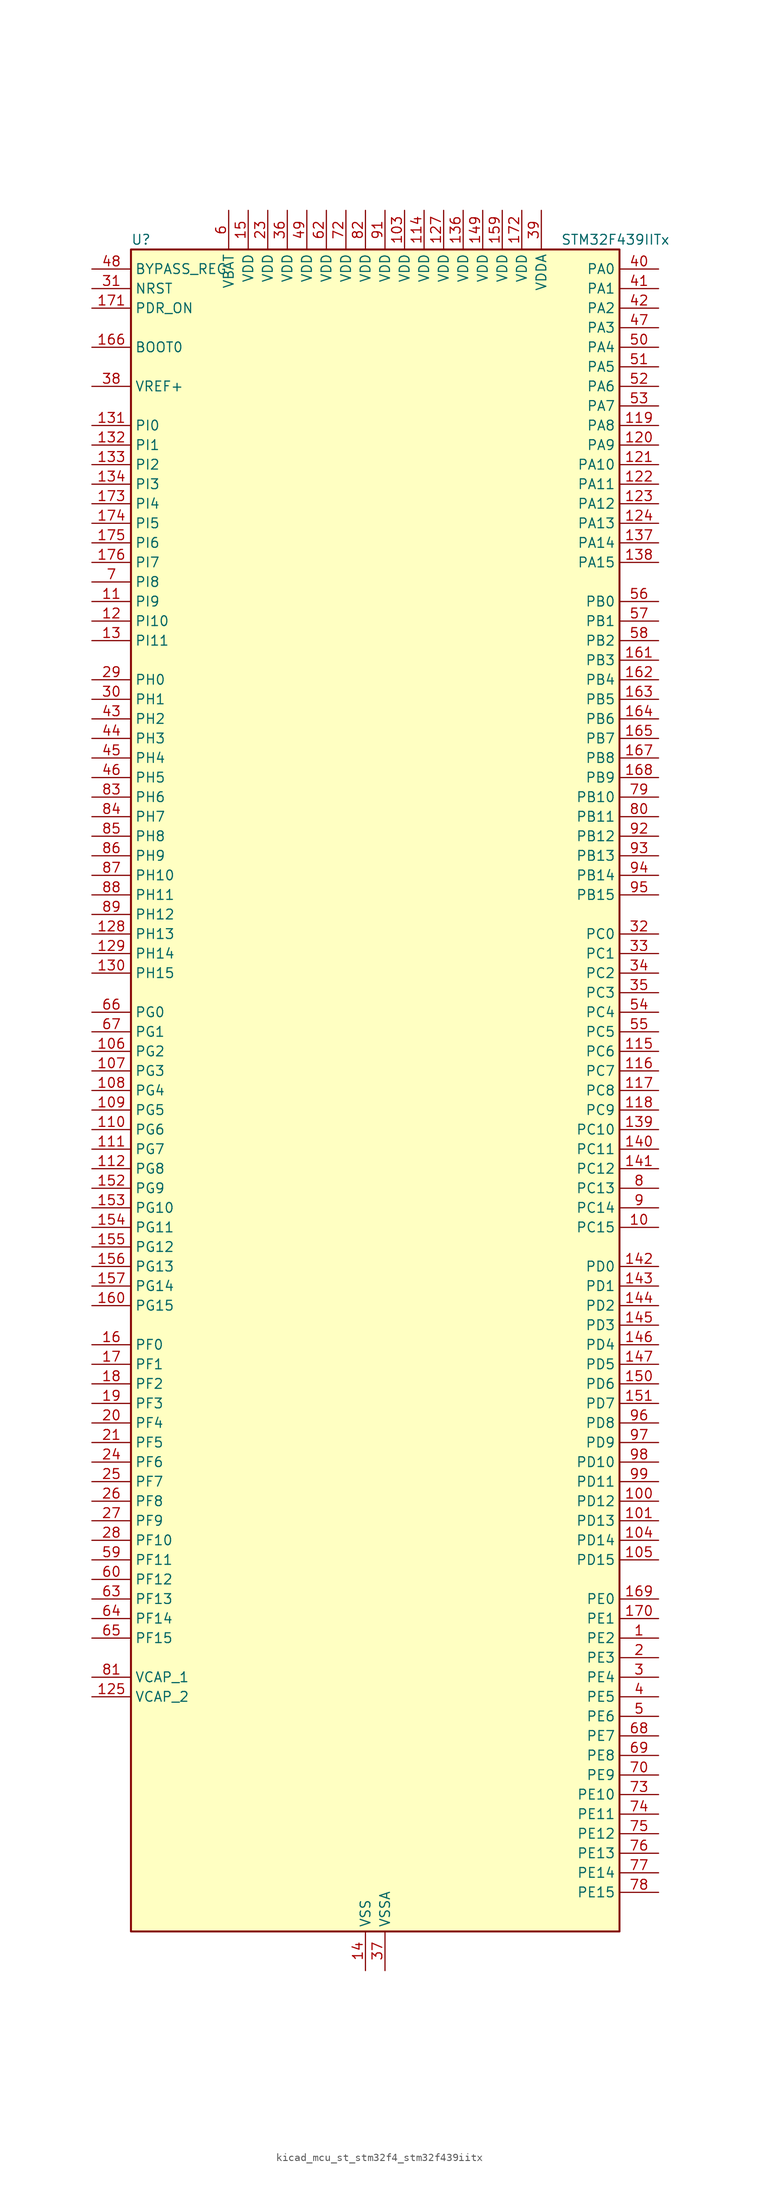
<source format=kicad_sym>
(kicad_symbol_lib
  (version 20220914)
  (generator kicad_symbol_editor)
  (symbol "kicad_mcu_st_stm32f4_stm32f439iitx"
    (property "Reference" "U"
      (at -30.48 110.49 0)
      (effects (font (size 1.27 1.27)) (justify left)))
    (property "Value" "STM32F439IITx"
      (at 25.4 110.49 0)
      (effects (font (size 1.27 1.27)) (justify left)))
    (property "ki_locked" ""
      (at 0 0 0)
      (effects (font (size 1.27 1.27))))
    (symbol "kicad_mcu_st_stm32f4_stm32f439iitx_0_1"
      (rectangle (start -30.48 -109.22) (end 33.02 109.22) (stroke (width 0.254) (type default)) (fill (type background))))
    (symbol "kicad_mcu_st_stm32f4_stm32f439iitx_1_1"
      (pin bidirectional line (at 38.1 -71.12 180) (length 5.08) (name "PE2" (effects (font (size 1.27 1.27)))) (number "1" (effects (font (size 1.27 1.27)))) (alternate "ETH_TXD3" bidirectional line) (alternate "FMC_A23" bidirectional line) (alternate "SAI1_MCLK_A" bidirectional line) (alternate "SPI4_SCK" bidirectional line) (alternate "SYS_TRACECLK" bidirectional line))
      (pin bidirectional line (at 38.1 -17.78 180) (length 5.08) (name "PC15" (effects (font (size 1.27 1.27)))) (number "10" (effects (font (size 1.27 1.27)))) (alternate "ADC1_EXTI15" bidirectional line) (alternate "ADC2_EXTI15" bidirectional line) (alternate "ADC3_EXTI15" bidirectional line) (alternate "RCC_OSC32_OUT" bidirectional line))
      (pin bidirectional line (at 38.1 -53.34 180) (length 5.08) (name "PD12" (effects (font (size 1.27 1.27)))) (number "100" (effects (font (size 1.27 1.27)))) (alternate "FMC_A17" bidirectional line) (alternate "FMC_ALE" bidirectional line) (alternate "TIM4_CH1" bidirectional line) (alternate "USART3_RTS" bidirectional line))
      (pin bidirectional line (at 38.1 -55.88 180) (length 5.08) (name "PD13" (effects (font (size 1.27 1.27)))) (number "101" (effects (font (size 1.27 1.27)))) (alternate "FMC_A18" bidirectional line) (alternate "TIM4_CH2" bidirectional line))
      (pin passive line (at 0 -114.3 90) (length 5.08) hide (name "VSS" (effects (font (size 1.27 1.27)))) (number "102" (effects (font (size 1.27 1.27)))))
      (pin power_in line (at 5.08 114.3 270) (length 5.08) (name "VDD" (effects (font (size 1.27 1.27)))) (number "103" (effects (font (size 1.27 1.27)))))
      (pin bidirectional line (at 38.1 -58.42 180) (length 5.08) (name "PD14" (effects (font (size 1.27 1.27)))) (number "104" (effects (font (size 1.27 1.27)))) (alternate "FMC_D0" bidirectional line) (alternate "FMC_DA0" bidirectional line) (alternate "TIM4_CH3" bidirectional line))
      (pin bidirectional line (at 38.1 -60.96 180) (length 5.08) (name "PD15" (effects (font (size 1.27 1.27)))) (number "105" (effects (font (size 1.27 1.27)))) (alternate "ADC1_EXTI15" bidirectional line) (alternate "ADC2_EXTI15" bidirectional line) (alternate "ADC3_EXTI15" bidirectional line) (alternate "FMC_D1" bidirectional line) (alternate "FMC_DA1" bidirectional line) (alternate "TIM4_CH4" bidirectional line))
      (pin bidirectional line (at -35.56 5.08 0) (length 5.08) (name "PG2" (effects (font (size 1.27 1.27)))) (number "106" (effects (font (size 1.27 1.27)))) (alternate "FMC_A12" bidirectional line))
      (pin bidirectional line (at -35.56 2.54 0) (length 5.08) (name "PG3" (effects (font (size 1.27 1.27)))) (number "107" (effects (font (size 1.27 1.27)))) (alternate "FMC_A13" bidirectional line))
      (pin bidirectional line (at -35.56 0 0) (length 5.08) (name "PG4" (effects (font (size 1.27 1.27)))) (number "108" (effects (font (size 1.27 1.27)))) (alternate "FMC_A14" bidirectional line) (alternate "FMC_BA0" bidirectional line))
      (pin bidirectional line (at -35.56 -2.54 0) (length 5.08) (name "PG5" (effects (font (size 1.27 1.27)))) (number "109" (effects (font (size 1.27 1.27)))) (alternate "FMC_A15" bidirectional line) (alternate "FMC_BA1" bidirectional line))
      (pin bidirectional line (at -35.56 63.5 0) (length 5.08) (name "PI9" (effects (font (size 1.27 1.27)))) (number "11" (effects (font (size 1.27 1.27)))) (alternate "CAN1_RX" bidirectional line) (alternate "DAC_EXTI9" bidirectional line) (alternate "FMC_D30" bidirectional line) (alternate "LTDC_VSYNC" bidirectional line))
      (pin bidirectional line (at -35.56 -5.08 0) (length 5.08) (name "PG6" (effects (font (size 1.27 1.27)))) (number "110" (effects (font (size 1.27 1.27)))) (alternate "DCMI_D12" bidirectional line) (alternate "FMC_INT2" bidirectional line) (alternate "LTDC_R7" bidirectional line))
      (pin bidirectional line (at -35.56 -7.62 0) (length 5.08) (name "PG7" (effects (font (size 1.27 1.27)))) (number "111" (effects (font (size 1.27 1.27)))) (alternate "DCMI_D13" bidirectional line) (alternate "FMC_INT3" bidirectional line) (alternate "LTDC_CLK" bidirectional line) (alternate "USART6_CK" bidirectional line))
      (pin bidirectional line (at -35.56 -10.16 0) (length 5.08) (name "PG8" (effects (font (size 1.27 1.27)))) (number "112" (effects (font (size 1.27 1.27)))) (alternate "ETH_PPS_OUT" bidirectional line) (alternate "FMC_SDCLK" bidirectional line) (alternate "SPI6_NSS" bidirectional line) (alternate "USART6_RTS" bidirectional line))
      (pin passive line (at 0 -114.3 90) (length 5.08) hide (name "VSS" (effects (font (size 1.27 1.27)))) (number "113" (effects (font (size 1.27 1.27)))))
      (pin power_in line (at 7.62 114.3 270) (length 5.08) (name "VDD" (effects (font (size 1.27 1.27)))) (number "114" (effects (font (size 1.27 1.27)))))
      (pin bidirectional line (at 38.1 5.08 180) (length 5.08) (name "PC6" (effects (font (size 1.27 1.27)))) (number "115" (effects (font (size 1.27 1.27)))) (alternate "DCMI_D0" bidirectional line) (alternate "I2S2_MCK" bidirectional line) (alternate "LTDC_HSYNC" bidirectional line) (alternate "SDIO_D6" bidirectional line) (alternate "TIM3_CH1" bidirectional line) (alternate "TIM8_CH1" bidirectional line) (alternate "USART6_TX" bidirectional line))
      (pin bidirectional line (at 38.1 2.54 180) (length 5.08) (name "PC7" (effects (font (size 1.27 1.27)))) (number "116" (effects (font (size 1.27 1.27)))) (alternate "DCMI_D1" bidirectional line) (alternate "I2S3_MCK" bidirectional line) (alternate "LTDC_G6" bidirectional line) (alternate "SDIO_D7" bidirectional line) (alternate "TIM3_CH2" bidirectional line) (alternate "TIM8_CH2" bidirectional line) (alternate "USART6_RX" bidirectional line))
      (pin bidirectional line (at 38.1 0 180) (length 5.08) (name "PC8" (effects (font (size 1.27 1.27)))) (number "117" (effects (font (size 1.27 1.27)))) (alternate "DCMI_D2" bidirectional line) (alternate "SDIO_D0" bidirectional line) (alternate "TIM3_CH3" bidirectional line) (alternate "TIM8_CH3" bidirectional line) (alternate "USART6_CK" bidirectional line))
      (pin bidirectional line (at 38.1 -2.54 180) (length 5.08) (name "PC9" (effects (font (size 1.27 1.27)))) (number "118" (effects (font (size 1.27 1.27)))) (alternate "DAC_EXTI9" bidirectional line) (alternate "DCMI_D3" bidirectional line) (alternate "I2C3_SDA" bidirectional line) (alternate "I2S_CKIN" bidirectional line) (alternate "RCC_MCO_2" bidirectional line) (alternate "SDIO_D1" bidirectional line) (alternate "TIM3_CH4" bidirectional line) (alternate "TIM8_CH4" bidirectional line))
      (pin bidirectional line (at 38.1 86.36 180) (length 5.08) (name "PA8" (effects (font (size 1.27 1.27)))) (number "119" (effects (font (size 1.27 1.27)))) (alternate "I2C3_SCL" bidirectional line) (alternate "LTDC_R6" bidirectional line) (alternate "RCC_MCO_1" bidirectional line) (alternate "TIM1_CH1" bidirectional line) (alternate "USART1_CK" bidirectional line) (alternate "USB_OTG_FS_SOF" bidirectional line))
      (pin bidirectional line (at -35.56 60.96 0) (length 5.08) (name "PI10" (effects (font (size 1.27 1.27)))) (number "12" (effects (font (size 1.27 1.27)))) (alternate "ETH_RX_ER" bidirectional line) (alternate "FMC_D31" bidirectional line) (alternate "LTDC_HSYNC" bidirectional line))
      (pin bidirectional line (at 38.1 83.82 180) (length 5.08) (name "PA9" (effects (font (size 1.27 1.27)))) (number "120" (effects (font (size 1.27 1.27)))) (alternate "DAC_EXTI9" bidirectional line) (alternate "DCMI_D0" bidirectional line) (alternate "I2C3_SMBA" bidirectional line) (alternate "TIM1_CH2" bidirectional line) (alternate "USART1_TX" bidirectional line) (alternate "USB_OTG_FS_VBUS" bidirectional line))
      (pin bidirectional line (at 38.1 81.28 180) (length 5.08) (name "PA10" (effects (font (size 1.27 1.27)))) (number "121" (effects (font (size 1.27 1.27)))) (alternate "DCMI_D1" bidirectional line) (alternate "TIM1_CH3" bidirectional line) (alternate "USART1_RX" bidirectional line) (alternate "USB_OTG_FS_ID" bidirectional line))
      (pin bidirectional line (at 38.1 78.74 180) (length 5.08) (name "PA11" (effects (font (size 1.27 1.27)))) (number "122" (effects (font (size 1.27 1.27)))) (alternate "ADC1_EXTI11" bidirectional line) (alternate "ADC2_EXTI11" bidirectional line) (alternate "ADC3_EXTI11" bidirectional line) (alternate "CAN1_RX" bidirectional line) (alternate "LTDC_R4" bidirectional line) (alternate "TIM1_CH4" bidirectional line) (alternate "USART1_CTS" bidirectional line) (alternate "USB_OTG_FS_DM" bidirectional line))
      (pin bidirectional line (at 38.1 76.2 180) (length 5.08) (name "PA12" (effects (font (size 1.27 1.27)))) (number "123" (effects (font (size 1.27 1.27)))) (alternate "CAN1_TX" bidirectional line) (alternate "LTDC_R5" bidirectional line) (alternate "TIM1_ETR" bidirectional line) (alternate "USART1_RTS" bidirectional line) (alternate "USB_OTG_FS_DP" bidirectional line))
      (pin bidirectional line (at 38.1 73.66 180) (length 5.08) (name "PA13" (effects (font (size 1.27 1.27)))) (number "124" (effects (font (size 1.27 1.27)))) (alternate "SYS_JTMS-SWDIO" bidirectional line))
      (pin power_out line (at -35.56 -78.74 0) (length 5.08) (name "VCAP_2" (effects (font (size 1.27 1.27)))) (number "125" (effects (font (size 1.27 1.27)))))
      (pin passive line (at 0 -114.3 90) (length 5.08) hide (name "VSS" (effects (font (size 1.27 1.27)))) (number "126" (effects (font (size 1.27 1.27)))))
      (pin power_in line (at 10.16 114.3 270) (length 5.08) (name "VDD" (effects (font (size 1.27 1.27)))) (number "127" (effects (font (size 1.27 1.27)))))
      (pin bidirectional line (at -35.56 20.32 0) (length 5.08) (name "PH13" (effects (font (size 1.27 1.27)))) (number "128" (effects (font (size 1.27 1.27)))) (alternate "CAN1_TX" bidirectional line) (alternate "FMC_D21" bidirectional line) (alternate "LTDC_G2" bidirectional line) (alternate "TIM8_CH1N" bidirectional line))
      (pin bidirectional line (at -35.56 17.78 0) (length 5.08) (name "PH14" (effects (font (size 1.27 1.27)))) (number "129" (effects (font (size 1.27 1.27)))) (alternate "DCMI_D4" bidirectional line) (alternate "FMC_D22" bidirectional line) (alternate "LTDC_G3" bidirectional line) (alternate "TIM8_CH2N" bidirectional line))
      (pin bidirectional line (at -35.56 58.42 0) (length 5.08) (name "PI11" (effects (font (size 1.27 1.27)))) (number "13" (effects (font (size 1.27 1.27)))) (alternate "ADC1_EXTI11" bidirectional line) (alternate "ADC2_EXTI11" bidirectional line) (alternate "ADC3_EXTI11" bidirectional line) (alternate "USB_OTG_HS_ULPI_DIR" bidirectional line))
      (pin bidirectional line (at -35.56 15.24 0) (length 5.08) (name "PH15" (effects (font (size 1.27 1.27)))) (number "130" (effects (font (size 1.27 1.27)))) (alternate "ADC1_EXTI15" bidirectional line) (alternate "ADC2_EXTI15" bidirectional line) (alternate "ADC3_EXTI15" bidirectional line) (alternate "DCMI_D11" bidirectional line) (alternate "FMC_D23" bidirectional line) (alternate "LTDC_G4" bidirectional line) (alternate "TIM8_CH3N" bidirectional line))
      (pin bidirectional line (at -35.56 86.36 0) (length 5.08) (name "PI0" (effects (font (size 1.27 1.27)))) (number "131" (effects (font (size 1.27 1.27)))) (alternate "DCMI_D13" bidirectional line) (alternate "FMC_D24" bidirectional line) (alternate "I2S2_WS" bidirectional line) (alternate "LTDC_G5" bidirectional line) (alternate "SPI2_NSS" bidirectional line) (alternate "TIM5_CH4" bidirectional line))
      (pin bidirectional line (at -35.56 83.82 0) (length 5.08) (name "PI1" (effects (font (size 1.27 1.27)))) (number "132" (effects (font (size 1.27 1.27)))) (alternate "DCMI_D8" bidirectional line) (alternate "FMC_D25" bidirectional line) (alternate "I2S2_CK" bidirectional line) (alternate "LTDC_G6" bidirectional line) (alternate "SPI2_SCK" bidirectional line))
      (pin bidirectional line (at -35.56 81.28 0) (length 5.08) (name "PI2" (effects (font (size 1.27 1.27)))) (number "133" (effects (font (size 1.27 1.27)))) (alternate "DCMI_D9" bidirectional line) (alternate "FMC_D26" bidirectional line) (alternate "I2S2_ext_SD" bidirectional line) (alternate "LTDC_G7" bidirectional line) (alternate "SPI2_MISO" bidirectional line) (alternate "TIM8_CH4" bidirectional line))
      (pin bidirectional line (at -35.56 78.74 0) (length 5.08) (name "PI3" (effects (font (size 1.27 1.27)))) (number "134" (effects (font (size 1.27 1.27)))) (alternate "DCMI_D10" bidirectional line) (alternate "FMC_D27" bidirectional line) (alternate "I2S2_SD" bidirectional line) (alternate "SPI2_MOSI" bidirectional line) (alternate "TIM8_ETR" bidirectional line))
      (pin passive line (at 0 -114.3 90) (length 5.08) hide (name "VSS" (effects (font (size 1.27 1.27)))) (number "135" (effects (font (size 1.27 1.27)))))
      (pin power_in line (at 12.7 114.3 270) (length 5.08) (name "VDD" (effects (font (size 1.27 1.27)))) (number "136" (effects (font (size 1.27 1.27)))))
      (pin bidirectional line (at 38.1 71.12 180) (length 5.08) (name "PA14" (effects (font (size 1.27 1.27)))) (number "137" (effects (font (size 1.27 1.27)))) (alternate "SYS_JTCK-SWCLK" bidirectional line))
      (pin bidirectional line (at 38.1 68.58 180) (length 5.08) (name "PA15" (effects (font (size 1.27 1.27)))) (number "138" (effects (font (size 1.27 1.27)))) (alternate "ADC1_EXTI15" bidirectional line) (alternate "ADC2_EXTI15" bidirectional line) (alternate "ADC3_EXTI15" bidirectional line) (alternate "I2S3_WS" bidirectional line) (alternate "SPI1_NSS" bidirectional line) (alternate "SPI3_NSS" bidirectional line) (alternate "SYS_JTDI" bidirectional line) (alternate "TIM2_CH1" bidirectional line) (alternate "TIM2_ETR" bidirectional line))
      (pin bidirectional line (at 38.1 -5.08 180) (length 5.08) (name "PC10" (effects (font (size 1.27 1.27)))) (number "139" (effects (font (size 1.27 1.27)))) (alternate "DCMI_D8" bidirectional line) (alternate "I2S3_CK" bidirectional line) (alternate "LTDC_R2" bidirectional line) (alternate "SDIO_D2" bidirectional line) (alternate "SPI3_SCK" bidirectional line) (alternate "UART4_TX" bidirectional line) (alternate "USART3_TX" bidirectional line))
      (pin power_in line (at 0 -114.3 90) (length 5.08) (name "VSS" (effects (font (size 1.27 1.27)))) (number "14" (effects (font (size 1.27 1.27)))))
      (pin bidirectional line (at 38.1 -7.62 180) (length 5.08) (name "PC11" (effects (font (size 1.27 1.27)))) (number "140" (effects (font (size 1.27 1.27)))) (alternate "ADC1_EXTI11" bidirectional line) (alternate "ADC2_EXTI11" bidirectional line) (alternate "ADC3_EXTI11" bidirectional line) (alternate "DCMI_D4" bidirectional line) (alternate "I2S3_ext_SD" bidirectional line) (alternate "SDIO_D3" bidirectional line) (alternate "SPI3_MISO" bidirectional line) (alternate "UART4_RX" bidirectional line) (alternate "USART3_RX" bidirectional line))
      (pin bidirectional line (at 38.1 -10.16 180) (length 5.08) (name "PC12" (effects (font (size 1.27 1.27)))) (number "141" (effects (font (size 1.27 1.27)))) (alternate "DCMI_D9" bidirectional line) (alternate "I2S3_SD" bidirectional line) (alternate "SDIO_CK" bidirectional line) (alternate "SPI3_MOSI" bidirectional line) (alternate "UART5_TX" bidirectional line) (alternate "USART3_CK" bidirectional line))
      (pin bidirectional line (at 38.1 -22.86 180) (length 5.08) (name "PD0" (effects (font (size 1.27 1.27)))) (number "142" (effects (font (size 1.27 1.27)))) (alternate "CAN1_RX" bidirectional line) (alternate "FMC_D2" bidirectional line) (alternate "FMC_DA2" bidirectional line))
      (pin bidirectional line (at 38.1 -25.4 180) (length 5.08) (name "PD1" (effects (font (size 1.27 1.27)))) (number "143" (effects (font (size 1.27 1.27)))) (alternate "CAN1_TX" bidirectional line) (alternate "FMC_D3" bidirectional line) (alternate "FMC_DA3" bidirectional line))
      (pin bidirectional line (at 38.1 -27.94 180) (length 5.08) (name "PD2" (effects (font (size 1.27 1.27)))) (number "144" (effects (font (size 1.27 1.27)))) (alternate "DCMI_D11" bidirectional line) (alternate "SDIO_CMD" bidirectional line) (alternate "TIM3_ETR" bidirectional line) (alternate "UART5_RX" bidirectional line))
      (pin bidirectional line (at 38.1 -30.48 180) (length 5.08) (name "PD3" (effects (font (size 1.27 1.27)))) (number "145" (effects (font (size 1.27 1.27)))) (alternate "DCMI_D5" bidirectional line) (alternate "FMC_CLK" bidirectional line) (alternate "I2S2_CK" bidirectional line) (alternate "LTDC_G7" bidirectional line) (alternate "SPI2_SCK" bidirectional line) (alternate "USART2_CTS" bidirectional line))
      (pin bidirectional line (at 38.1 -33.02 180) (length 5.08) (name "PD4" (effects (font (size 1.27 1.27)))) (number "146" (effects (font (size 1.27 1.27)))) (alternate "FMC_NOE" bidirectional line) (alternate "USART2_RTS" bidirectional line))
      (pin bidirectional line (at 38.1 -35.56 180) (length 5.08) (name "PD5" (effects (font (size 1.27 1.27)))) (number "147" (effects (font (size 1.27 1.27)))) (alternate "FMC_NWE" bidirectional line) (alternate "USART2_TX" bidirectional line))
      (pin passive line (at 0 -114.3 90) (length 5.08) hide (name "VSS" (effects (font (size 1.27 1.27)))) (number "148" (effects (font (size 1.27 1.27)))))
      (pin power_in line (at 15.24 114.3 270) (length 5.08) (name "VDD" (effects (font (size 1.27 1.27)))) (number "149" (effects (font (size 1.27 1.27)))))
      (pin power_in line (at -15.24 114.3 270) (length 5.08) (name "VDD" (effects (font (size 1.27 1.27)))) (number "15" (effects (font (size 1.27 1.27)))))
      (pin bidirectional line (at 38.1 -38.1 180) (length 5.08) (name "PD6" (effects (font (size 1.27 1.27)))) (number "150" (effects (font (size 1.27 1.27)))) (alternate "DCMI_D10" bidirectional line) (alternate "FMC_NWAIT" bidirectional line) (alternate "I2S3_SD" bidirectional line) (alternate "LTDC_B2" bidirectional line) (alternate "SAI1_SD_A" bidirectional line) (alternate "SPI3_MOSI" bidirectional line) (alternate "USART2_RX" bidirectional line))
      (pin bidirectional line (at 38.1 -40.64 180) (length 5.08) (name "PD7" (effects (font (size 1.27 1.27)))) (number "151" (effects (font (size 1.27 1.27)))) (alternate "FMC_NCE2" bidirectional line) (alternate "FMC_NE1" bidirectional line) (alternate "USART2_CK" bidirectional line))
      (pin bidirectional line (at -35.56 -12.7 0) (length 5.08) (name "PG9" (effects (font (size 1.27 1.27)))) (number "152" (effects (font (size 1.27 1.27)))) (alternate "DAC_EXTI9" bidirectional line) (alternate "DCMI_VSYNC" bidirectional line) (alternate "FMC_NCE3" bidirectional line) (alternate "FMC_NE2" bidirectional line) (alternate "USART6_RX" bidirectional line))
      (pin bidirectional line (at -35.56 -15.24 0) (length 5.08) (name "PG10" (effects (font (size 1.27 1.27)))) (number "153" (effects (font (size 1.27 1.27)))) (alternate "DCMI_D2" bidirectional line) (alternate "FMC_NCE4_1" bidirectional line) (alternate "FMC_NE3" bidirectional line) (alternate "LTDC_B2" bidirectional line) (alternate "LTDC_G3" bidirectional line))
      (pin bidirectional line (at -35.56 -17.78 0) (length 5.08) (name "PG11" (effects (font (size 1.27 1.27)))) (number "154" (effects (font (size 1.27 1.27)))) (alternate "ADC1_EXTI11" bidirectional line) (alternate "ADC2_EXTI11" bidirectional line) (alternate "ADC3_EXTI11" bidirectional line) (alternate "DCMI_D3" bidirectional line) (alternate "ETH_TX_EN" bidirectional line) (alternate "FMC_NCE4_2" bidirectional line) (alternate "LTDC_B3" bidirectional line))
      (pin bidirectional line (at -35.56 -20.32 0) (length 5.08) (name "PG12" (effects (font (size 1.27 1.27)))) (number "155" (effects (font (size 1.27 1.27)))) (alternate "FMC_NE4" bidirectional line) (alternate "LTDC_B1" bidirectional line) (alternate "LTDC_B4" bidirectional line) (alternate "SPI6_MISO" bidirectional line) (alternate "USART6_RTS" bidirectional line))
      (pin bidirectional line (at -35.56 -22.86 0) (length 5.08) (name "PG13" (effects (font (size 1.27 1.27)))) (number "156" (effects (font (size 1.27 1.27)))) (alternate "ETH_TXD0" bidirectional line) (alternate "FMC_A24" bidirectional line) (alternate "SPI6_SCK" bidirectional line) (alternate "USART6_CTS" bidirectional line))
      (pin bidirectional line (at -35.56 -25.4 0) (length 5.08) (name "PG14" (effects (font (size 1.27 1.27)))) (number "157" (effects (font (size 1.27 1.27)))) (alternate "ETH_TXD1" bidirectional line) (alternate "FMC_A25" bidirectional line) (alternate "SPI6_MOSI" bidirectional line) (alternate "USART6_TX" bidirectional line))
      (pin passive line (at 0 -114.3 90) (length 5.08) hide (name "VSS" (effects (font (size 1.27 1.27)))) (number "158" (effects (font (size 1.27 1.27)))))
      (pin power_in line (at 17.78 114.3 270) (length 5.08) (name "VDD" (effects (font (size 1.27 1.27)))) (number "159" (effects (font (size 1.27 1.27)))))
      (pin bidirectional line (at -35.56 -33.02 0) (length 5.08) (name "PF0" (effects (font (size 1.27 1.27)))) (number "16" (effects (font (size 1.27 1.27)))) (alternate "FMC_A0" bidirectional line) (alternate "I2C2_SDA" bidirectional line))
      (pin bidirectional line (at -35.56 -27.94 0) (length 5.08) (name "PG15" (effects (font (size 1.27 1.27)))) (number "160" (effects (font (size 1.27 1.27)))) (alternate "ADC1_EXTI15" bidirectional line) (alternate "ADC2_EXTI15" bidirectional line) (alternate "ADC3_EXTI15" bidirectional line) (alternate "DCMI_D13" bidirectional line) (alternate "FMC_SDNCAS" bidirectional line) (alternate "USART6_CTS" bidirectional line))
      (pin bidirectional line (at 38.1 55.88 180) (length 5.08) (name "PB3" (effects (font (size 1.27 1.27)))) (number "161" (effects (font (size 1.27 1.27)))) (alternate "I2S3_CK" bidirectional line) (alternate "SPI1_SCK" bidirectional line) (alternate "SPI3_SCK" bidirectional line) (alternate "SYS_JTDO-SWO" bidirectional line) (alternate "TIM2_CH2" bidirectional line))
      (pin bidirectional line (at 38.1 53.34 180) (length 5.08) (name "PB4" (effects (font (size 1.27 1.27)))) (number "162" (effects (font (size 1.27 1.27)))) (alternate "I2S3_ext_SD" bidirectional line) (alternate "SPI1_MISO" bidirectional line) (alternate "SPI3_MISO" bidirectional line) (alternate "SYS_JTRST" bidirectional line) (alternate "TIM3_CH1" bidirectional line))
      (pin bidirectional line (at 38.1 50.8 180) (length 5.08) (name "PB5" (effects (font (size 1.27 1.27)))) (number "163" (effects (font (size 1.27 1.27)))) (alternate "CAN2_RX" bidirectional line) (alternate "DCMI_D10" bidirectional line) (alternate "ETH_PPS_OUT" bidirectional line) (alternate "FMC_SDCKE1" bidirectional line) (alternate "I2C1_SMBA" bidirectional line) (alternate "I2S3_SD" bidirectional line) (alternate "SPI1_MOSI" bidirectional line) (alternate "SPI3_MOSI" bidirectional line) (alternate "TIM3_CH2" bidirectional line) (alternate "USB_OTG_HS_ULPI_D7" bidirectional line))
      (pin bidirectional line (at 38.1 48.26 180) (length 5.08) (name "PB6" (effects (font (size 1.27 1.27)))) (number "164" (effects (font (size 1.27 1.27)))) (alternate "CAN2_TX" bidirectional line) (alternate "DCMI_D5" bidirectional line) (alternate "FMC_SDNE1" bidirectional line) (alternate "I2C1_SCL" bidirectional line) (alternate "TIM4_CH1" bidirectional line) (alternate "USART1_TX" bidirectional line))
      (pin bidirectional line (at 38.1 45.72 180) (length 5.08) (name "PB7" (effects (font (size 1.27 1.27)))) (number "165" (effects (font (size 1.27 1.27)))) (alternate "DCMI_VSYNC" bidirectional line) (alternate "FMC_NL" bidirectional line) (alternate "I2C1_SDA" bidirectional line) (alternate "TIM4_CH2" bidirectional line) (alternate "USART1_RX" bidirectional line))
      (pin input line (at -35.56 96.52 0) (length 5.08) (name "BOOT0" (effects (font (size 1.27 1.27)))) (number "166" (effects (font (size 1.27 1.27)))))
      (pin bidirectional line (at 38.1 43.18 180) (length 5.08) (name "PB8" (effects (font (size 1.27 1.27)))) (number "167" (effects (font (size 1.27 1.27)))) (alternate "CAN1_RX" bidirectional line) (alternate "DCMI_D6" bidirectional line) (alternate "ETH_TXD3" bidirectional line) (alternate "I2C1_SCL" bidirectional line) (alternate "LTDC_B6" bidirectional line) (alternate "SDIO_D4" bidirectional line) (alternate "TIM10_CH1" bidirectional line) (alternate "TIM4_CH3" bidirectional line))
      (pin bidirectional line (at 38.1 40.64 180) (length 5.08) (name "PB9" (effects (font (size 1.27 1.27)))) (number "168" (effects (font (size 1.27 1.27)))) (alternate "CAN1_TX" bidirectional line) (alternate "DAC_EXTI9" bidirectional line) (alternate "DCMI_D7" bidirectional line) (alternate "I2C1_SDA" bidirectional line) (alternate "I2S2_WS" bidirectional line) (alternate "LTDC_B7" bidirectional line) (alternate "SDIO_D5" bidirectional line) (alternate "SPI2_NSS" bidirectional line) (alternate "TIM11_CH1" bidirectional line) (alternate "TIM4_CH4" bidirectional line))
      (pin bidirectional line (at 38.1 -66.04 180) (length 5.08) (name "PE0" (effects (font (size 1.27 1.27)))) (number "169" (effects (font (size 1.27 1.27)))) (alternate "DCMI_D2" bidirectional line) (alternate "FMC_NBL0" bidirectional line) (alternate "TIM4_ETR" bidirectional line) (alternate "UART8_RX" bidirectional line))
      (pin bidirectional line (at -35.56 -35.56 0) (length 5.08) (name "PF1" (effects (font (size 1.27 1.27)))) (number "17" (effects (font (size 1.27 1.27)))) (alternate "FMC_A1" bidirectional line) (alternate "I2C2_SCL" bidirectional line))
      (pin bidirectional line (at 38.1 -68.58 180) (length 5.08) (name "PE1" (effects (font (size 1.27 1.27)))) (number "170" (effects (font (size 1.27 1.27)))) (alternate "DCMI_D3" bidirectional line) (alternate "FMC_NBL1" bidirectional line) (alternate "UART8_TX" bidirectional line))
      (pin input line (at -35.56 101.6 0) (length 5.08) (name "PDR_ON" (effects (font (size 1.27 1.27)))) (number "171" (effects (font (size 1.27 1.27)))))
      (pin power_in line (at 20.32 114.3 270) (length 5.08) (name "VDD" (effects (font (size 1.27 1.27)))) (number "172" (effects (font (size 1.27 1.27)))))
      (pin bidirectional line (at -35.56 76.2 0) (length 5.08) (name "PI4" (effects (font (size 1.27 1.27)))) (number "173" (effects (font (size 1.27 1.27)))) (alternate "DCMI_D5" bidirectional line) (alternate "FMC_NBL2" bidirectional line) (alternate "LTDC_B4" bidirectional line) (alternate "TIM8_BKIN" bidirectional line))
      (pin bidirectional line (at -35.56 73.66 0) (length 5.08) (name "PI5" (effects (font (size 1.27 1.27)))) (number "174" (effects (font (size 1.27 1.27)))) (alternate "DCMI_VSYNC" bidirectional line) (alternate "FMC_NBL3" bidirectional line) (alternate "LTDC_B5" bidirectional line) (alternate "TIM8_CH1" bidirectional line))
      (pin bidirectional line (at -35.56 71.12 0) (length 5.08) (name "PI6" (effects (font (size 1.27 1.27)))) (number "175" (effects (font (size 1.27 1.27)))) (alternate "DCMI_D6" bidirectional line) (alternate "FMC_D28" bidirectional line) (alternate "LTDC_B6" bidirectional line) (alternate "TIM8_CH2" bidirectional line))
      (pin bidirectional line (at -35.56 68.58 0) (length 5.08) (name "PI7" (effects (font (size 1.27 1.27)))) (number "176" (effects (font (size 1.27 1.27)))) (alternate "DCMI_D7" bidirectional line) (alternate "FMC_D29" bidirectional line) (alternate "LTDC_B7" bidirectional line) (alternate "TIM8_CH3" bidirectional line))
      (pin bidirectional line (at -35.56 -38.1 0) (length 5.08) (name "PF2" (effects (font (size 1.27 1.27)))) (number "18" (effects (font (size 1.27 1.27)))) (alternate "FMC_A2" bidirectional line) (alternate "I2C2_SMBA" bidirectional line))
      (pin bidirectional line (at -35.56 -40.64 0) (length 5.08) (name "PF3" (effects (font (size 1.27 1.27)))) (number "19" (effects (font (size 1.27 1.27)))) (alternate "ADC3_IN9" bidirectional line) (alternate "FMC_A3" bidirectional line))
      (pin bidirectional line (at 38.1 -73.66 180) (length 5.08) (name "PE3" (effects (font (size 1.27 1.27)))) (number "2" (effects (font (size 1.27 1.27)))) (alternate "FMC_A19" bidirectional line) (alternate "SAI1_SD_B" bidirectional line) (alternate "SYS_TRACED0" bidirectional line))
      (pin bidirectional line (at -35.56 -43.18 0) (length 5.08) (name "PF4" (effects (font (size 1.27 1.27)))) (number "20" (effects (font (size 1.27 1.27)))) (alternate "ADC3_IN14" bidirectional line) (alternate "FMC_A4" bidirectional line))
      (pin bidirectional line (at -35.56 -45.72 0) (length 5.08) (name "PF5" (effects (font (size 1.27 1.27)))) (number "21" (effects (font (size 1.27 1.27)))) (alternate "ADC3_IN15" bidirectional line) (alternate "FMC_A5" bidirectional line))
      (pin passive line (at 0 -114.3 90) (length 5.08) hide (name "VSS" (effects (font (size 1.27 1.27)))) (number "22" (effects (font (size 1.27 1.27)))))
      (pin power_in line (at -12.7 114.3 270) (length 5.08) (name "VDD" (effects (font (size 1.27 1.27)))) (number "23" (effects (font (size 1.27 1.27)))))
      (pin bidirectional line (at -35.56 -48.26 0) (length 5.08) (name "PF6" (effects (font (size 1.27 1.27)))) (number "24" (effects (font (size 1.27 1.27)))) (alternate "ADC3_IN4" bidirectional line) (alternate "FMC_NIORD" bidirectional line) (alternate "SAI1_SD_B" bidirectional line) (alternate "SPI5_NSS" bidirectional line) (alternate "TIM10_CH1" bidirectional line) (alternate "UART7_RX" bidirectional line))
      (pin bidirectional line (at -35.56 -50.8 0) (length 5.08) (name "PF7" (effects (font (size 1.27 1.27)))) (number "25" (effects (font (size 1.27 1.27)))) (alternate "ADC3_IN5" bidirectional line) (alternate "FMC_NREG" bidirectional line) (alternate "SAI1_MCLK_B" bidirectional line) (alternate "SPI5_SCK" bidirectional line) (alternate "TIM11_CH1" bidirectional line) (alternate "UART7_TX" bidirectional line))
      (pin bidirectional line (at -35.56 -53.34 0) (length 5.08) (name "PF8" (effects (font (size 1.27 1.27)))) (number "26" (effects (font (size 1.27 1.27)))) (alternate "ADC3_IN6" bidirectional line) (alternate "FMC_NIOWR" bidirectional line) (alternate "SAI1_SCK_B" bidirectional line) (alternate "SPI5_MISO" bidirectional line) (alternate "TIM13_CH1" bidirectional line))
      (pin bidirectional line (at -35.56 -55.88 0) (length 5.08) (name "PF9" (effects (font (size 1.27 1.27)))) (number "27" (effects (font (size 1.27 1.27)))) (alternate "ADC3_IN7" bidirectional line) (alternate "DAC_EXTI9" bidirectional line) (alternate "FMC_CD" bidirectional line) (alternate "SAI1_FS_B" bidirectional line) (alternate "SPI5_MOSI" bidirectional line) (alternate "TIM14_CH1" bidirectional line))
      (pin bidirectional line (at -35.56 -58.42 0) (length 5.08) (name "PF10" (effects (font (size 1.27 1.27)))) (number "28" (effects (font (size 1.27 1.27)))) (alternate "ADC3_IN8" bidirectional line) (alternate "DCMI_D11" bidirectional line) (alternate "FMC_INTR" bidirectional line) (alternate "LTDC_DE" bidirectional line))
      (pin bidirectional line (at -35.56 53.34 0) (length 5.08) (name "PH0" (effects (font (size 1.27 1.27)))) (number "29" (effects (font (size 1.27 1.27)))) (alternate "RCC_OSC_IN" bidirectional line))
      (pin bidirectional line (at 38.1 -76.2 180) (length 5.08) (name "PE4" (effects (font (size 1.27 1.27)))) (number "3" (effects (font (size 1.27 1.27)))) (alternate "DCMI_D4" bidirectional line) (alternate "FMC_A20" bidirectional line) (alternate "LTDC_B0" bidirectional line) (alternate "SAI1_FS_A" bidirectional line) (alternate "SPI4_NSS" bidirectional line) (alternate "SYS_TRACED1" bidirectional line))
      (pin bidirectional line (at -35.56 50.8 0) (length 5.08) (name "PH1" (effects (font (size 1.27 1.27)))) (number "30" (effects (font (size 1.27 1.27)))) (alternate "RCC_OSC_OUT" bidirectional line))
      (pin input line (at -35.56 104.14 0) (length 5.08) (name "NRST" (effects (font (size 1.27 1.27)))) (number "31" (effects (font (size 1.27 1.27)))))
      (pin bidirectional line (at 38.1 20.32 180) (length 5.08) (name "PC0" (effects (font (size 1.27 1.27)))) (number "32" (effects (font (size 1.27 1.27)))) (alternate "ADC1_IN10" bidirectional line) (alternate "ADC2_IN10" bidirectional line) (alternate "ADC3_IN10" bidirectional line) (alternate "FMC_SDNWE" bidirectional line) (alternate "USB_OTG_HS_ULPI_STP" bidirectional line))
      (pin bidirectional line (at 38.1 17.78 180) (length 5.08) (name "PC1" (effects (font (size 1.27 1.27)))) (number "33" (effects (font (size 1.27 1.27)))) (alternate "ADC1_IN11" bidirectional line) (alternate "ADC2_IN11" bidirectional line) (alternate "ADC3_IN11" bidirectional line) (alternate "ETH_MDC" bidirectional line))
      (pin bidirectional line (at 38.1 15.24 180) (length 5.08) (name "PC2" (effects (font (size 1.27 1.27)))) (number "34" (effects (font (size 1.27 1.27)))) (alternate "ADC1_IN12" bidirectional line) (alternate "ADC2_IN12" bidirectional line) (alternate "ADC3_IN12" bidirectional line) (alternate "ETH_TXD2" bidirectional line) (alternate "FMC_SDNE0" bidirectional line) (alternate "I2S2_ext_SD" bidirectional line) (alternate "SPI2_MISO" bidirectional line) (alternate "USB_OTG_HS_ULPI_DIR" bidirectional line))
      (pin bidirectional line (at 38.1 12.7 180) (length 5.08) (name "PC3" (effects (font (size 1.27 1.27)))) (number "35" (effects (font (size 1.27 1.27)))) (alternate "ADC1_IN13" bidirectional line) (alternate "ADC2_IN13" bidirectional line) (alternate "ADC3_IN13" bidirectional line) (alternate "ETH_TX_CLK" bidirectional line) (alternate "FMC_SDCKE0" bidirectional line) (alternate "I2S2_SD" bidirectional line) (alternate "SPI2_MOSI" bidirectional line) (alternate "USB_OTG_HS_ULPI_NXT" bidirectional line))
      (pin power_in line (at -10.16 114.3 270) (length 5.08) (name "VDD" (effects (font (size 1.27 1.27)))) (number "36" (effects (font (size 1.27 1.27)))))
      (pin power_in line (at 2.54 -114.3 90) (length 5.08) (name "VSSA" (effects (font (size 1.27 1.27)))) (number "37" (effects (font (size 1.27 1.27)))))
      (pin input line (at -35.56 91.44 0) (length 5.08) (name "VREF+" (effects (font (size 1.27 1.27)))) (number "38" (effects (font (size 1.27 1.27)))))
      (pin power_in line (at 22.86 114.3 270) (length 5.08) (name "VDDA" (effects (font (size 1.27 1.27)))) (number "39" (effects (font (size 1.27 1.27)))))
      (pin bidirectional line (at 38.1 -78.74 180) (length 5.08) (name "PE5" (effects (font (size 1.27 1.27)))) (number "4" (effects (font (size 1.27 1.27)))) (alternate "DCMI_D6" bidirectional line) (alternate "FMC_A21" bidirectional line) (alternate "LTDC_G0" bidirectional line) (alternate "SAI1_SCK_A" bidirectional line) (alternate "SPI4_MISO" bidirectional line) (alternate "SYS_TRACED2" bidirectional line) (alternate "TIM9_CH1" bidirectional line))
      (pin bidirectional line (at 38.1 106.68 180) (length 5.08) (name "PA0" (effects (font (size 1.27 1.27)))) (number "40" (effects (font (size 1.27 1.27)))) (alternate "ADC1_IN0" bidirectional line) (alternate "ADC2_IN0" bidirectional line) (alternate "ADC3_IN0" bidirectional line) (alternate "ETH_CRS" bidirectional line) (alternate "SYS_WKUP" bidirectional line) (alternate "TIM2_CH1" bidirectional line) (alternate "TIM2_ETR" bidirectional line) (alternate "TIM5_CH1" bidirectional line) (alternate "TIM8_ETR" bidirectional line) (alternate "UART4_TX" bidirectional line) (alternate "USART2_CTS" bidirectional line))
      (pin bidirectional line (at 38.1 104.14 180) (length 5.08) (name "PA1" (effects (font (size 1.27 1.27)))) (number "41" (effects (font (size 1.27 1.27)))) (alternate "ADC1_IN1" bidirectional line) (alternate "ADC2_IN1" bidirectional line) (alternate "ADC3_IN1" bidirectional line) (alternate "ETH_REF_CLK" bidirectional line) (alternate "ETH_RX_CLK" bidirectional line) (alternate "TIM2_CH2" bidirectional line) (alternate "TIM5_CH2" bidirectional line) (alternate "UART4_RX" bidirectional line) (alternate "USART2_RTS" bidirectional line))
      (pin bidirectional line (at 38.1 101.6 180) (length 5.08) (name "PA2" (effects (font (size 1.27 1.27)))) (number "42" (effects (font (size 1.27 1.27)))) (alternate "ADC1_IN2" bidirectional line) (alternate "ADC2_IN2" bidirectional line) (alternate "ADC3_IN2" bidirectional line) (alternate "ETH_MDIO" bidirectional line) (alternate "TIM2_CH3" bidirectional line) (alternate "TIM5_CH3" bidirectional line) (alternate "TIM9_CH1" bidirectional line) (alternate "USART2_TX" bidirectional line))
      (pin bidirectional line (at -35.56 48.26 0) (length 5.08) (name "PH2" (effects (font (size 1.27 1.27)))) (number "43" (effects (font (size 1.27 1.27)))) (alternate "ETH_CRS" bidirectional line) (alternate "FMC_SDCKE0" bidirectional line) (alternate "LTDC_R0" bidirectional line))
      (pin bidirectional line (at -35.56 45.72 0) (length 5.08) (name "PH3" (effects (font (size 1.27 1.27)))) (number "44" (effects (font (size 1.27 1.27)))) (alternate "ETH_COL" bidirectional line) (alternate "FMC_SDNE0" bidirectional line) (alternate "LTDC_R1" bidirectional line))
      (pin bidirectional line (at -35.56 43.18 0) (length 5.08) (name "PH4" (effects (font (size 1.27 1.27)))) (number "45" (effects (font (size 1.27 1.27)))) (alternate "I2C2_SCL" bidirectional line) (alternate "USB_OTG_HS_ULPI_NXT" bidirectional line))
      (pin bidirectional line (at -35.56 40.64 0) (length 5.08) (name "PH5" (effects (font (size 1.27 1.27)))) (number "46" (effects (font (size 1.27 1.27)))) (alternate "FMC_SDNWE" bidirectional line) (alternate "I2C2_SDA" bidirectional line) (alternate "SPI5_NSS" bidirectional line))
      (pin bidirectional line (at 38.1 99.06 180) (length 5.08) (name "PA3" (effects (font (size 1.27 1.27)))) (number "47" (effects (font (size 1.27 1.27)))) (alternate "ADC1_IN3" bidirectional line) (alternate "ADC2_IN3" bidirectional line) (alternate "ADC3_IN3" bidirectional line) (alternate "ETH_COL" bidirectional line) (alternate "LTDC_B5" bidirectional line) (alternate "TIM2_CH4" bidirectional line) (alternate "TIM5_CH4" bidirectional line) (alternate "TIM9_CH2" bidirectional line) (alternate "USART2_RX" bidirectional line) (alternate "USB_OTG_HS_ULPI_D0" bidirectional line))
      (pin input line (at -35.56 106.68 0) (length 5.08) (name "BYPASS_REG" (effects (font (size 1.27 1.27)))) (number "48" (effects (font (size 1.27 1.27)))))
      (pin power_in line (at -7.62 114.3 270) (length 5.08) (name "VDD" (effects (font (size 1.27 1.27)))) (number "49" (effects (font (size 1.27 1.27)))))
      (pin bidirectional line (at 38.1 -81.28 180) (length 5.08) (name "PE6" (effects (font (size 1.27 1.27)))) (number "5" (effects (font (size 1.27 1.27)))) (alternate "DCMI_D7" bidirectional line) (alternate "FMC_A22" bidirectional line) (alternate "LTDC_G1" bidirectional line) (alternate "SAI1_SD_A" bidirectional line) (alternate "SPI4_MOSI" bidirectional line) (alternate "SYS_TRACED3" bidirectional line) (alternate "TIM9_CH2" bidirectional line))
      (pin bidirectional line (at 38.1 96.52 180) (length 5.08) (name "PA4" (effects (font (size 1.27 1.27)))) (number "50" (effects (font (size 1.27 1.27)))) (alternate "ADC1_IN4" bidirectional line) (alternate "ADC2_IN4" bidirectional line) (alternate "DAC_OUT1" bidirectional line) (alternate "DCMI_HSYNC" bidirectional line) (alternate "I2S3_WS" bidirectional line) (alternate "LTDC_VSYNC" bidirectional line) (alternate "SPI1_NSS" bidirectional line) (alternate "SPI3_NSS" bidirectional line) (alternate "USART2_CK" bidirectional line) (alternate "USB_OTG_HS_SOF" bidirectional line))
      (pin bidirectional line (at 38.1 93.98 180) (length 5.08) (name "PA5" (effects (font (size 1.27 1.27)))) (number "51" (effects (font (size 1.27 1.27)))) (alternate "ADC1_IN5" bidirectional line) (alternate "ADC2_IN5" bidirectional line) (alternate "DAC_OUT2" bidirectional line) (alternate "SPI1_SCK" bidirectional line) (alternate "TIM2_CH1" bidirectional line) (alternate "TIM2_ETR" bidirectional line) (alternate "TIM8_CH1N" bidirectional line) (alternate "USB_OTG_HS_ULPI_CK" bidirectional line))
      (pin bidirectional line (at 38.1 91.44 180) (length 5.08) (name "PA6" (effects (font (size 1.27 1.27)))) (number "52" (effects (font (size 1.27 1.27)))) (alternate "ADC1_IN6" bidirectional line) (alternate "ADC2_IN6" bidirectional line) (alternate "DCMI_PIXCLK" bidirectional line) (alternate "LTDC_G2" bidirectional line) (alternate "SPI1_MISO" bidirectional line) (alternate "TIM13_CH1" bidirectional line) (alternate "TIM1_BKIN" bidirectional line) (alternate "TIM3_CH1" bidirectional line) (alternate "TIM8_BKIN" bidirectional line))
      (pin bidirectional line (at 38.1 88.9 180) (length 5.08) (name "PA7" (effects (font (size 1.27 1.27)))) (number "53" (effects (font (size 1.27 1.27)))) (alternate "ADC1_IN7" bidirectional line) (alternate "ADC2_IN7" bidirectional line) (alternate "ETH_CRS_DV" bidirectional line) (alternate "ETH_RX_DV" bidirectional line) (alternate "SPI1_MOSI" bidirectional line) (alternate "TIM14_CH1" bidirectional line) (alternate "TIM1_CH1N" bidirectional line) (alternate "TIM3_CH2" bidirectional line) (alternate "TIM8_CH1N" bidirectional line))
      (pin bidirectional line (at 38.1 10.16 180) (length 5.08) (name "PC4" (effects (font (size 1.27 1.27)))) (number "54" (effects (font (size 1.27 1.27)))) (alternate "ADC1_IN14" bidirectional line) (alternate "ADC2_IN14" bidirectional line) (alternate "ETH_RXD0" bidirectional line))
      (pin bidirectional line (at 38.1 7.62 180) (length 5.08) (name "PC5" (effects (font (size 1.27 1.27)))) (number "55" (effects (font (size 1.27 1.27)))) (alternate "ADC1_IN15" bidirectional line) (alternate "ADC2_IN15" bidirectional line) (alternate "ETH_RXD1" bidirectional line))
      (pin bidirectional line (at 38.1 63.5 180) (length 5.08) (name "PB0" (effects (font (size 1.27 1.27)))) (number "56" (effects (font (size 1.27 1.27)))) (alternate "ADC1_IN8" bidirectional line) (alternate "ADC2_IN8" bidirectional line) (alternate "ETH_RXD2" bidirectional line) (alternate "LTDC_R3" bidirectional line) (alternate "TIM1_CH2N" bidirectional line) (alternate "TIM3_CH3" bidirectional line) (alternate "TIM8_CH2N" bidirectional line) (alternate "USB_OTG_HS_ULPI_D1" bidirectional line))
      (pin bidirectional line (at 38.1 60.96 180) (length 5.08) (name "PB1" (effects (font (size 1.27 1.27)))) (number "57" (effects (font (size 1.27 1.27)))) (alternate "ADC1_IN9" bidirectional line) (alternate "ADC2_IN9" bidirectional line) (alternate "ETH_RXD3" bidirectional line) (alternate "LTDC_R6" bidirectional line) (alternate "TIM1_CH3N" bidirectional line) (alternate "TIM3_CH4" bidirectional line) (alternate "TIM8_CH3N" bidirectional line) (alternate "USB_OTG_HS_ULPI_D2" bidirectional line))
      (pin bidirectional line (at 38.1 58.42 180) (length 5.08) (name "PB2" (effects (font (size 1.27 1.27)))) (number "58" (effects (font (size 1.27 1.27)))))
      (pin bidirectional line (at -35.56 -60.96 0) (length 5.08) (name "PF11" (effects (font (size 1.27 1.27)))) (number "59" (effects (font (size 1.27 1.27)))) (alternate "ADC1_EXTI11" bidirectional line) (alternate "ADC2_EXTI11" bidirectional line) (alternate "ADC3_EXTI11" bidirectional line) (alternate "DCMI_D12" bidirectional line) (alternate "FMC_SDNRAS" bidirectional line) (alternate "SPI5_MOSI" bidirectional line))
      (pin power_in line (at -17.78 114.3 270) (length 5.08) (name "VBAT" (effects (font (size 1.27 1.27)))) (number "6" (effects (font (size 1.27 1.27)))))
      (pin bidirectional line (at -35.56 -63.5 0) (length 5.08) (name "PF12" (effects (font (size 1.27 1.27)))) (number "60" (effects (font (size 1.27 1.27)))) (alternate "FMC_A6" bidirectional line))
      (pin passive line (at 0 -114.3 90) (length 5.08) hide (name "VSS" (effects (font (size 1.27 1.27)))) (number "61" (effects (font (size 1.27 1.27)))))
      (pin power_in line (at -5.08 114.3 270) (length 5.08) (name "VDD" (effects (font (size 1.27 1.27)))) (number "62" (effects (font (size 1.27 1.27)))))
      (pin bidirectional line (at -35.56 -66.04 0) (length 5.08) (name "PF13" (effects (font (size 1.27 1.27)))) (number "63" (effects (font (size 1.27 1.27)))) (alternate "FMC_A7" bidirectional line))
      (pin bidirectional line (at -35.56 -68.58 0) (length 5.08) (name "PF14" (effects (font (size 1.27 1.27)))) (number "64" (effects (font (size 1.27 1.27)))) (alternate "FMC_A8" bidirectional line))
      (pin bidirectional line (at -35.56 -71.12 0) (length 5.08) (name "PF15" (effects (font (size 1.27 1.27)))) (number "65" (effects (font (size 1.27 1.27)))) (alternate "ADC1_EXTI15" bidirectional line) (alternate "ADC2_EXTI15" bidirectional line) (alternate "ADC3_EXTI15" bidirectional line) (alternate "FMC_A9" bidirectional line))
      (pin bidirectional line (at -35.56 10.16 0) (length 5.08) (name "PG0" (effects (font (size 1.27 1.27)))) (number "66" (effects (font (size 1.27 1.27)))) (alternate "FMC_A10" bidirectional line))
      (pin bidirectional line (at -35.56 7.62 0) (length 5.08) (name "PG1" (effects (font (size 1.27 1.27)))) (number "67" (effects (font (size 1.27 1.27)))) (alternate "FMC_A11" bidirectional line))
      (pin bidirectional line (at 38.1 -83.82 180) (length 5.08) (name "PE7" (effects (font (size 1.27 1.27)))) (number "68" (effects (font (size 1.27 1.27)))) (alternate "FMC_D4" bidirectional line) (alternate "FMC_DA4" bidirectional line) (alternate "TIM1_ETR" bidirectional line) (alternate "UART7_RX" bidirectional line))
      (pin bidirectional line (at 38.1 -86.36 180) (length 5.08) (name "PE8" (effects (font (size 1.27 1.27)))) (number "69" (effects (font (size 1.27 1.27)))) (alternate "FMC_D5" bidirectional line) (alternate "FMC_DA5" bidirectional line) (alternate "TIM1_CH1N" bidirectional line) (alternate "UART7_TX" bidirectional line))
      (pin bidirectional line (at -35.56 66.04 0) (length 5.08) (name "PI8" (effects (font (size 1.27 1.27)))) (number "7" (effects (font (size 1.27 1.27)))) (alternate "RTC_AF2" bidirectional line))
      (pin bidirectional line (at 38.1 -88.9 180) (length 5.08) (name "PE9" (effects (font (size 1.27 1.27)))) (number "70" (effects (font (size 1.27 1.27)))) (alternate "DAC_EXTI9" bidirectional line) (alternate "FMC_D6" bidirectional line) (alternate "FMC_DA6" bidirectional line) (alternate "TIM1_CH1" bidirectional line))
      (pin passive line (at 0 -114.3 90) (length 5.08) hide (name "VSS" (effects (font (size 1.27 1.27)))) (number "71" (effects (font (size 1.27 1.27)))))
      (pin power_in line (at -2.54 114.3 270) (length 5.08) (name "VDD" (effects (font (size 1.27 1.27)))) (number "72" (effects (font (size 1.27 1.27)))))
      (pin bidirectional line (at 38.1 -91.44 180) (length 5.08) (name "PE10" (effects (font (size 1.27 1.27)))) (number "73" (effects (font (size 1.27 1.27)))) (alternate "FMC_D7" bidirectional line) (alternate "FMC_DA7" bidirectional line) (alternate "TIM1_CH2N" bidirectional line))
      (pin bidirectional line (at 38.1 -93.98 180) (length 5.08) (name "PE11" (effects (font (size 1.27 1.27)))) (number "74" (effects (font (size 1.27 1.27)))) (alternate "ADC1_EXTI11" bidirectional line) (alternate "ADC2_EXTI11" bidirectional line) (alternate "ADC3_EXTI11" bidirectional line) (alternate "FMC_D8" bidirectional line) (alternate "FMC_DA8" bidirectional line) (alternate "LTDC_G3" bidirectional line) (alternate "SPI4_NSS" bidirectional line) (alternate "TIM1_CH2" bidirectional line))
      (pin bidirectional line (at 38.1 -96.52 180) (length 5.08) (name "PE12" (effects (font (size 1.27 1.27)))) (number "75" (effects (font (size 1.27 1.27)))) (alternate "FMC_D9" bidirectional line) (alternate "FMC_DA9" bidirectional line) (alternate "LTDC_B4" bidirectional line) (alternate "SPI4_SCK" bidirectional line) (alternate "TIM1_CH3N" bidirectional line))
      (pin bidirectional line (at 38.1 -99.06 180) (length 5.08) (name "PE13" (effects (font (size 1.27 1.27)))) (number "76" (effects (font (size 1.27 1.27)))) (alternate "FMC_D10" bidirectional line) (alternate "FMC_DA10" bidirectional line) (alternate "LTDC_DE" bidirectional line) (alternate "SPI4_MISO" bidirectional line) (alternate "TIM1_CH3" bidirectional line))
      (pin bidirectional line (at 38.1 -101.6 180) (length 5.08) (name "PE14" (effects (font (size 1.27 1.27)))) (number "77" (effects (font (size 1.27 1.27)))) (alternate "FMC_D11" bidirectional line) (alternate "FMC_DA11" bidirectional line) (alternate "LTDC_CLK" bidirectional line) (alternate "SPI4_MOSI" bidirectional line) (alternate "TIM1_CH4" bidirectional line))
      (pin bidirectional line (at 38.1 -104.14 180) (length 5.08) (name "PE15" (effects (font (size 1.27 1.27)))) (number "78" (effects (font (size 1.27 1.27)))) (alternate "ADC1_EXTI15" bidirectional line) (alternate "ADC2_EXTI15" bidirectional line) (alternate "ADC3_EXTI15" bidirectional line) (alternate "FMC_D12" bidirectional line) (alternate "FMC_DA12" bidirectional line) (alternate "LTDC_R7" bidirectional line) (alternate "TIM1_BKIN" bidirectional line))
      (pin bidirectional line (at 38.1 38.1 180) (length 5.08) (name "PB10" (effects (font (size 1.27 1.27)))) (number "79" (effects (font (size 1.27 1.27)))) (alternate "ETH_RX_ER" bidirectional line) (alternate "I2C2_SCL" bidirectional line) (alternate "I2S2_CK" bidirectional line) (alternate "LTDC_G4" bidirectional line) (alternate "SPI2_SCK" bidirectional line) (alternate "TIM2_CH3" bidirectional line) (alternate "USART3_TX" bidirectional line) (alternate "USB_OTG_HS_ULPI_D3" bidirectional line))
      (pin bidirectional line (at 38.1 -12.7 180) (length 5.08) (name "PC13" (effects (font (size 1.27 1.27)))) (number "8" (effects (font (size 1.27 1.27)))) (alternate "RTC_AF1" bidirectional line))
      (pin bidirectional line (at 38.1 35.56 180) (length 5.08) (name "PB11" (effects (font (size 1.27 1.27)))) (number "80" (effects (font (size 1.27 1.27)))) (alternate "ADC1_EXTI11" bidirectional line) (alternate "ADC2_EXTI11" bidirectional line) (alternate "ADC3_EXTI11" bidirectional line) (alternate "ETH_TX_EN" bidirectional line) (alternate "I2C2_SDA" bidirectional line) (alternate "LTDC_G5" bidirectional line) (alternate "TIM2_CH4" bidirectional line) (alternate "USART3_RX" bidirectional line) (alternate "USB_OTG_HS_ULPI_D4" bidirectional line))
      (pin power_out line (at -35.56 -76.2 0) (length 5.08) (name "VCAP_1" (effects (font (size 1.27 1.27)))) (number "81" (effects (font (size 1.27 1.27)))))
      (pin power_in line (at 0 114.3 270) (length 5.08) (name "VDD" (effects (font (size 1.27 1.27)))) (number "82" (effects (font (size 1.27 1.27)))))
      (pin bidirectional line (at -35.56 38.1 0) (length 5.08) (name "PH6" (effects (font (size 1.27 1.27)))) (number "83" (effects (font (size 1.27 1.27)))) (alternate "DCMI_D8" bidirectional line) (alternate "ETH_RXD2" bidirectional line) (alternate "FMC_SDNE1" bidirectional line) (alternate "I2C2_SMBA" bidirectional line) (alternate "SPI5_SCK" bidirectional line) (alternate "TIM12_CH1" bidirectional line))
      (pin bidirectional line (at -35.56 35.56 0) (length 5.08) (name "PH7" (effects (font (size 1.27 1.27)))) (number "84" (effects (font (size 1.27 1.27)))) (alternate "DCMI_D9" bidirectional line) (alternate "ETH_RXD3" bidirectional line) (alternate "FMC_SDCKE1" bidirectional line) (alternate "I2C3_SCL" bidirectional line) (alternate "SPI5_MISO" bidirectional line))
      (pin bidirectional line (at -35.56 33.02 0) (length 5.08) (name "PH8" (effects (font (size 1.27 1.27)))) (number "85" (effects (font (size 1.27 1.27)))) (alternate "DCMI_HSYNC" bidirectional line) (alternate "FMC_D16" bidirectional line) (alternate "I2C3_SDA" bidirectional line) (alternate "LTDC_R2" bidirectional line))
      (pin bidirectional line (at -35.56 30.48 0) (length 5.08) (name "PH9" (effects (font (size 1.27 1.27)))) (number "86" (effects (font (size 1.27 1.27)))) (alternate "DAC_EXTI9" bidirectional line) (alternate "DCMI_D0" bidirectional line) (alternate "FMC_D17" bidirectional line) (alternate "I2C3_SMBA" bidirectional line) (alternate "LTDC_R3" bidirectional line) (alternate "TIM12_CH2" bidirectional line))
      (pin bidirectional line (at -35.56 27.94 0) (length 5.08) (name "PH10" (effects (font (size 1.27 1.27)))) (number "87" (effects (font (size 1.27 1.27)))) (alternate "DCMI_D1" bidirectional line) (alternate "FMC_D18" bidirectional line) (alternate "LTDC_R4" bidirectional line) (alternate "TIM5_CH1" bidirectional line))
      (pin bidirectional line (at -35.56 25.4 0) (length 5.08) (name "PH11" (effects (font (size 1.27 1.27)))) (number "88" (effects (font (size 1.27 1.27)))) (alternate "ADC1_EXTI11" bidirectional line) (alternate "ADC2_EXTI11" bidirectional line) (alternate "ADC3_EXTI11" bidirectional line) (alternate "DCMI_D2" bidirectional line) (alternate "FMC_D19" bidirectional line) (alternate "LTDC_R5" bidirectional line) (alternate "TIM5_CH2" bidirectional line))
      (pin bidirectional line (at -35.56 22.86 0) (length 5.08) (name "PH12" (effects (font (size 1.27 1.27)))) (number "89" (effects (font (size 1.27 1.27)))) (alternate "DCMI_D3" bidirectional line) (alternate "FMC_D20" bidirectional line) (alternate "LTDC_R6" bidirectional line) (alternate "TIM5_CH3" bidirectional line))
      (pin bidirectional line (at 38.1 -15.24 180) (length 5.08) (name "PC14" (effects (font (size 1.27 1.27)))) (number "9" (effects (font (size 1.27 1.27)))) (alternate "RCC_OSC32_IN" bidirectional line))
      (pin passive line (at 0 -114.3 90) (length 5.08) hide (name "VSS" (effects (font (size 1.27 1.27)))) (number "90" (effects (font (size 1.27 1.27)))))
      (pin power_in line (at 2.54 114.3 270) (length 5.08) (name "VDD" (effects (font (size 1.27 1.27)))) (number "91" (effects (font (size 1.27 1.27)))))
      (pin bidirectional line (at 38.1 33.02 180) (length 5.08) (name "PB12" (effects (font (size 1.27 1.27)))) (number "92" (effects (font (size 1.27 1.27)))) (alternate "CAN2_RX" bidirectional line) (alternate "ETH_TXD0" bidirectional line) (alternate "I2C2_SMBA" bidirectional line) (alternate "I2S2_WS" bidirectional line) (alternate "SPI2_NSS" bidirectional line) (alternate "TIM1_BKIN" bidirectional line) (alternate "USART3_CK" bidirectional line) (alternate "USB_OTG_HS_ID" bidirectional line) (alternate "USB_OTG_HS_ULPI_D5" bidirectional line))
      (pin bidirectional line (at 38.1 30.48 180) (length 5.08) (name "PB13" (effects (font (size 1.27 1.27)))) (number "93" (effects (font (size 1.27 1.27)))) (alternate "CAN2_TX" bidirectional line) (alternate "ETH_TXD1" bidirectional line) (alternate "I2S2_CK" bidirectional line) (alternate "SPI2_SCK" bidirectional line) (alternate "TIM1_CH1N" bidirectional line) (alternate "USART3_CTS" bidirectional line) (alternate "USB_OTG_HS_ULPI_D6" bidirectional line) (alternate "USB_OTG_HS_VBUS" bidirectional line))
      (pin bidirectional line (at 38.1 27.94 180) (length 5.08) (name "PB14" (effects (font (size 1.27 1.27)))) (number "94" (effects (font (size 1.27 1.27)))) (alternate "I2S2_ext_SD" bidirectional line) (alternate "SPI2_MISO" bidirectional line) (alternate "TIM12_CH1" bidirectional line) (alternate "TIM1_CH2N" bidirectional line) (alternate "TIM8_CH2N" bidirectional line) (alternate "USART3_RTS" bidirectional line) (alternate "USB_OTG_HS_DM" bidirectional line))
      (pin bidirectional line (at 38.1 25.4 180) (length 5.08) (name "PB15" (effects (font (size 1.27 1.27)))) (number "95" (effects (font (size 1.27 1.27)))) (alternate "ADC1_EXTI15" bidirectional line) (alternate "ADC2_EXTI15" bidirectional line) (alternate "ADC3_EXTI15" bidirectional line) (alternate "I2S2_SD" bidirectional line) (alternate "RTC_REFIN" bidirectional line) (alternate "SPI2_MOSI" bidirectional line) (alternate "TIM12_CH2" bidirectional line) (alternate "TIM1_CH3N" bidirectional line) (alternate "TIM8_CH3N" bidirectional line) (alternate "USB_OTG_HS_DP" bidirectional line))
      (pin bidirectional line (at 38.1 -43.18 180) (length 5.08) (name "PD8" (effects (font (size 1.27 1.27)))) (number "96" (effects (font (size 1.27 1.27)))) (alternate "FMC_D13" bidirectional line) (alternate "FMC_DA13" bidirectional line) (alternate "USART3_TX" bidirectional line))
      (pin bidirectional line (at 38.1 -45.72 180) (length 5.08) (name "PD9" (effects (font (size 1.27 1.27)))) (number "97" (effects (font (size 1.27 1.27)))) (alternate "DAC_EXTI9" bidirectional line) (alternate "FMC_D14" bidirectional line) (alternate "FMC_DA14" bidirectional line) (alternate "USART3_RX" bidirectional line))
      (pin bidirectional line (at 38.1 -48.26 180) (length 5.08) (name "PD10" (effects (font (size 1.27 1.27)))) (number "98" (effects (font (size 1.27 1.27)))) (alternate "FMC_D15" bidirectional line) (alternate "FMC_DA15" bidirectional line) (alternate "LTDC_B3" bidirectional line) (alternate "USART3_CK" bidirectional line))
      (pin bidirectional line (at 38.1 -50.8 180) (length 5.08) (name "PD11" (effects (font (size 1.27 1.27)))) (number "99" (effects (font (size 1.27 1.27)))) (alternate "ADC1_EXTI11" bidirectional line) (alternate "ADC2_EXTI11" bidirectional line) (alternate "ADC3_EXTI11" bidirectional line) (alternate "FMC_A16" bidirectional line) (alternate "FMC_CLE" bidirectional line) (alternate "USART3_CTS" bidirectional line)))))
</source>
